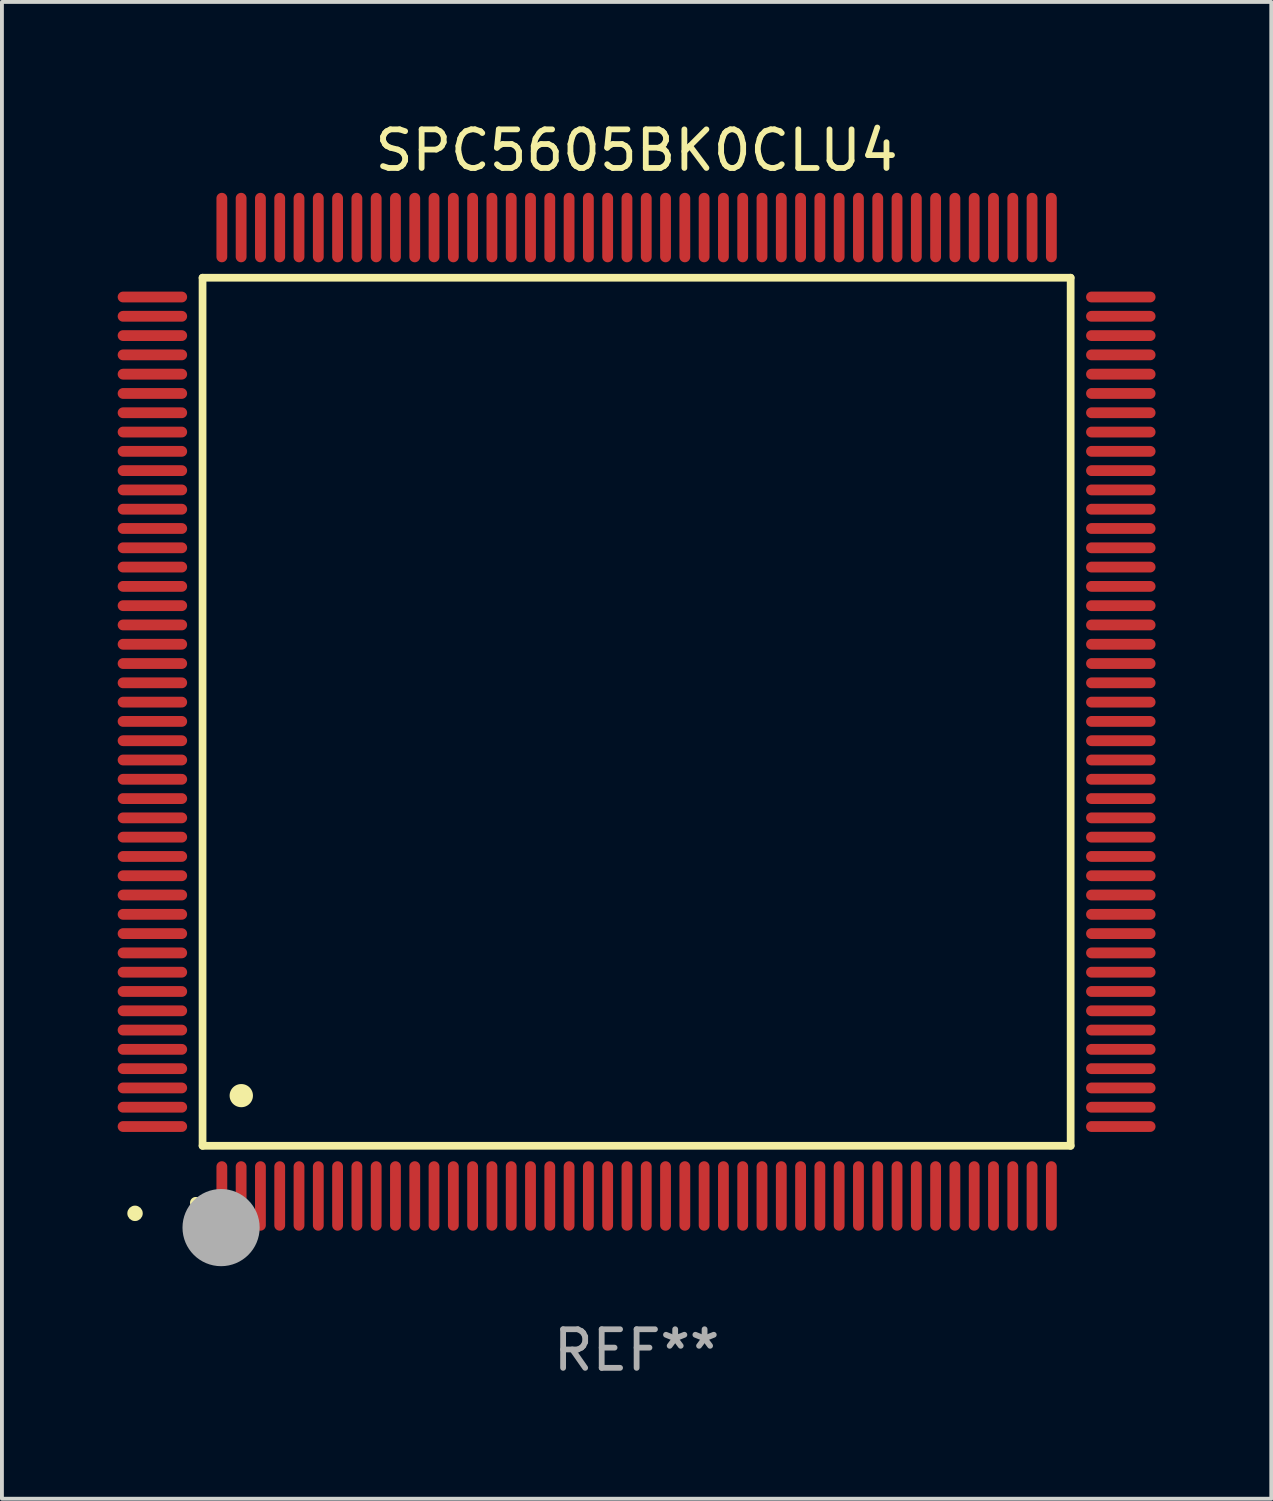
<source format=kicad_pcb>
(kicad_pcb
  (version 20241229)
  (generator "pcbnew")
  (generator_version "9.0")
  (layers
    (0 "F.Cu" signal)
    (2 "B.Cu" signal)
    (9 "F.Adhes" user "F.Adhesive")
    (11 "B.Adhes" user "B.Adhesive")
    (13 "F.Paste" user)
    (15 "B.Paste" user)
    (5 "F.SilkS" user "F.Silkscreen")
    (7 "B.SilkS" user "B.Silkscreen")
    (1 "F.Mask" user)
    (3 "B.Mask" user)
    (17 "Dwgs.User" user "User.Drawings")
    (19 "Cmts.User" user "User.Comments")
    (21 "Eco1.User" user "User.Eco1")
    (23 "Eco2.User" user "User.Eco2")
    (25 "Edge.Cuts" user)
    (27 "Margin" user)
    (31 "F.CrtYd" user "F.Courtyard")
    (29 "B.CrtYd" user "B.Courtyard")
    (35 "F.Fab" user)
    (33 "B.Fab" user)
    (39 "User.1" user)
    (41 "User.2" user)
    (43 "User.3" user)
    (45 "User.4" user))
  (footprint "SPC5605BK0CLU4"
    (layer "F.Cu")
    (at 13.45 15.398)
    (property "Reference" "SPC5605BK0CLU4" (at 0 -14.55 0) (layer "F.SilkS") (effects (font (size 1 1) (thickness 0.15))))
    (attr through_hole)
    (fp_line (start -11.25 -11.25) (end 11.25 -11.25) (stroke (width 0.2) (type solid)) (layer "F.SilkS"))
    (fp_line (start -11.25 11.25) (end -11.25 -11.25) (stroke (width 0.2) (type solid)) (layer "F.SilkS"))
    (fp_line (start 11.25 -11.25) (end 11.25 11.25) (stroke (width 0.2) (type solid)) (layer "F.SilkS"))
    (fp_line (start 11.25 11.25) (end -11.25 11.25) (stroke (width 0.2) (type solid)) (layer "F.SilkS"))
    (fp_arc (start -11.424943 12.725425) (mid -11.423673 12.72542) (end -11.422403 12.725425) (stroke (width 0.3) (type solid)) (layer "F.SilkS"))
    (fp_arc (start -10.24892 9.9492) (mid -10.24638 9.949189) (end -10.24384 9.9492) (stroke (width 0.6) (type solid)) (layer "F.SilkS"))
    (fp_circle (center -13 13) (end -12.9 13) (stroke (width 0.2) (type solid)) (fill no) (layer "F.SilkS"))
    (fp_circle (center -10.77 13.37) (end -10.27 13.37) (stroke (width 1) (type solid)) (fill no) (layer "F.Fab"))
    (fp_text user "REF**" (at 0 16.55 0) (layer "F.Fab") (effects (font (size 1 1) (thickness 0.15))))
    (pad "1" smd oval (at -10.75 12.55) (size 0.28 1.8) (layers "F.Cu" "F.Mask" "F.Paste"))
    (pad "2" smd oval (at -10.25 12.55) (size 0.28 1.8) (layers "F.Cu" "F.Mask" "F.Paste"))
    (pad "3" smd oval (at -9.75 12.55) (size 0.28 1.8) (layers "F.Cu" "F.Mask" "F.Paste"))
    (pad "4" smd oval (at -9.25 12.55) (size 0.28 1.8) (layers "F.Cu" "F.Mask" "F.Paste"))
    (pad "5" smd oval (at -8.75 12.55) (size 0.28 1.8) (layers "F.Cu" "F.Mask" "F.Paste"))
    (pad "6" smd oval (at -8.25 12.55) (size 0.28 1.8) (layers "F.Cu" "F.Mask" "F.Paste"))
    (pad "7" smd oval (at -7.75 12.55) (size 0.28 1.8) (layers "F.Cu" "F.Mask" "F.Paste"))
    (pad "8" smd oval (at -7.25 12.55) (size 0.28 1.8) (layers "F.Cu" "F.Mask" "F.Paste"))
    (pad "9" smd oval (at -6.75 12.55) (size 0.28 1.8) (layers "F.Cu" "F.Mask" "F.Paste"))
    (pad "10" smd oval (at -6.25 12.55) (size 0.28 1.8) (layers "F.Cu" "F.Mask" "F.Paste"))
    (pad "11" smd oval (at -5.75 12.55) (size 0.28 1.8) (layers "F.Cu" "F.Mask" "F.Paste"))
    (pad "12" smd oval (at -5.25 12.55) (size 0.28 1.8) (layers "F.Cu" "F.Mask" "F.Paste"))
    (pad "13" smd oval (at -4.75 12.55) (size 0.28 1.8) (layers "F.Cu" "F.Mask" "F.Paste"))
    (pad "14" smd oval (at -4.25 12.55) (size 0.28 1.8) (layers "F.Cu" "F.Mask" "F.Paste"))
    (pad "15" smd oval (at -3.75 12.55) (size 0.28 1.8) (layers "F.Cu" "F.Mask" "F.Paste"))
    (pad "16" smd oval (at -3.25 12.55) (size 0.28 1.8) (layers "F.Cu" "F.Mask" "F.Paste"))
    (pad "17" smd oval (at -2.75 12.55) (size 0.28 1.8) (layers "F.Cu" "F.Mask" "F.Paste"))
    (pad "18" smd oval (at -2.25 12.55) (size 0.28 1.8) (layers "F.Cu" "F.Mask" "F.Paste"))
    (pad "19" smd oval (at -1.75 12.55) (size 0.28 1.8) (layers "F.Cu" "F.Mask" "F.Paste"))
    (pad "20" smd oval (at -1.25 12.55) (size 0.28 1.8) (layers "F.Cu" "F.Mask" "F.Paste"))
    (pad "21" smd oval (at -0.75 12.55) (size 0.28 1.8) (layers "F.Cu" "F.Mask" "F.Paste"))
    (pad "22" smd oval (at -0.25 12.55) (size 0.28 1.8) (layers "F.Cu" "F.Mask" "F.Paste"))
    (pad "23" smd oval (at 0.25 12.55) (size 0.28 1.8) (layers "F.Cu" "F.Mask" "F.Paste"))
    (pad "24" smd oval (at 0.75 12.55) (size 0.28 1.8) (layers "F.Cu" "F.Mask" "F.Paste"))
    (pad "25" smd oval (at 1.25 12.55) (size 0.28 1.8) (layers "F.Cu" "F.Mask" "F.Paste"))
    (pad "26" smd oval (at 1.75 12.55) (size 0.28 1.8) (layers "F.Cu" "F.Mask" "F.Paste"))
    (pad "27" smd oval (at 2.25 12.55) (size 0.28 1.8) (layers "F.Cu" "F.Mask" "F.Paste"))
    (pad "28" smd oval (at 2.75 12.55) (size 0.28 1.8) (layers "F.Cu" "F.Mask" "F.Paste"))
    (pad "29" smd oval (at 3.25 12.55) (size 0.28 1.8) (layers "F.Cu" "F.Mask" "F.Paste"))
    (pad "30" smd oval (at 3.75 12.55) (size 0.28 1.8) (layers "F.Cu" "F.Mask" "F.Paste"))
    (pad "31" smd oval (at 4.25 12.55) (size 0.28 1.8) (layers "F.Cu" "F.Mask" "F.Paste"))
    (pad "32" smd oval (at 4.75 12.55) (size 0.28 1.8) (layers "F.Cu" "F.Mask" "F.Paste"))
    (pad "33" smd oval (at 5.25 12.55) (size 0.28 1.8) (layers "F.Cu" "F.Mask" "F.Paste"))
    (pad "34" smd oval (at 5.75 12.55) (size 0.28 1.8) (layers "F.Cu" "F.Mask" "F.Paste"))
    (pad "35" smd oval (at 6.25 12.55) (size 0.28 1.8) (layers "F.Cu" "F.Mask" "F.Paste"))
    (pad "36" smd oval (at 6.75 12.55) (size 0.28 1.8) (layers "F.Cu" "F.Mask" "F.Paste"))
    (pad "37" smd oval (at 7.25 12.55) (size 0.28 1.8) (layers "F.Cu" "F.Mask" "F.Paste"))
    (pad "38" smd oval (at 7.75 12.55) (size 0.28 1.8) (layers "F.Cu" "F.Mask" "F.Paste"))
    (pad "39" smd oval (at 8.25 12.55) (size 0.28 1.8) (layers "F.Cu" "F.Mask" "F.Paste"))
    (pad "40" smd oval (at 8.75 12.55) (size 0.28 1.8) (layers "F.Cu" "F.Mask" "F.Paste"))
    (pad "41" smd oval (at 9.25 12.55) (size 0.28 1.8) (layers "F.Cu" "F.Mask" "F.Paste"))
    (pad "42" smd oval (at 9.75 12.55) (size 0.28 1.8) (layers "F.Cu" "F.Mask" "F.Paste"))
    (pad "43" smd oval (at 10.25 12.55) (size 0.28 1.8) (layers "F.Cu" "F.Mask" "F.Paste"))
    (pad "44" smd oval (at 10.75 12.55) (size 0.28 1.8) (layers "F.Cu" "F.Mask" "F.Paste"))
    (pad "45" smd oval (at 12.55 10.75) (size 1.8 0.28) (layers "F.Cu" "F.Mask" "F.Paste"))
    (pad "46" smd oval (at 12.55 10.25) (size 1.8 0.28) (layers "F.Cu" "F.Mask" "F.Paste"))
    (pad "47" smd oval (at 12.55 9.75) (size 1.8 0.28) (layers "F.Cu" "F.Mask" "F.Paste"))
    (pad "48" smd oval (at 12.55 9.25) (size 1.8 0.28) (layers "F.Cu" "F.Mask" "F.Paste"))
    (pad "49" smd oval (at 12.55 8.75) (size 1.8 0.28) (layers "F.Cu" "F.Mask" "F.Paste"))
    (pad "50" smd oval (at 12.55 8.25) (size 1.8 0.28) (layers "F.Cu" "F.Mask" "F.Paste"))
    (pad "51" smd oval (at 12.55 7.75) (size 1.8 0.28) (layers "F.Cu" "F.Mask" "F.Paste"))
    (pad "52" smd oval (at 12.55 7.25) (size 1.8 0.28) (layers "F.Cu" "F.Mask" "F.Paste"))
    (pad "53" smd oval (at 12.55 6.75) (size 1.8 0.28) (layers "F.Cu" "F.Mask" "F.Paste"))
    (pad "54" smd oval (at 12.55 6.25) (size 1.8 0.28) (layers "F.Cu" "F.Mask" "F.Paste"))
    (pad "55" smd oval (at 12.55 5.75) (size 1.8 0.28) (layers "F.Cu" "F.Mask" "F.Paste"))
    (pad "56" smd oval (at 12.55 5.25) (size 1.8 0.28) (layers "F.Cu" "F.Mask" "F.Paste"))
    (pad "57" smd oval (at 12.55 4.75) (size 1.8 0.28) (layers "F.Cu" "F.Mask" "F.Paste"))
    (pad "58" smd oval (at 12.55 4.25) (size 1.8 0.28) (layers "F.Cu" "F.Mask" "F.Paste"))
    (pad "59" smd oval (at 12.55 3.75) (size 1.8 0.28) (layers "F.Cu" "F.Mask" "F.Paste"))
    (pad "60" smd oval (at 12.55 3.25) (size 1.8 0.28) (layers "F.Cu" "F.Mask" "F.Paste"))
    (pad "61" smd oval (at 12.55 2.75) (size 1.8 0.28) (layers "F.Cu" "F.Mask" "F.Paste"))
    (pad "62" smd oval (at 12.55 2.25) (size 1.8 0.28) (layers "F.Cu" "F.Mask" "F.Paste"))
    (pad "63" smd oval (at 12.55 1.75) (size 1.8 0.28) (layers "F.Cu" "F.Mask" "F.Paste"))
    (pad "64" smd oval (at 12.55 1.25) (size 1.8 0.28) (layers "F.Cu" "F.Mask" "F.Paste"))
    (pad "65" smd oval (at 12.55 0.75) (size 1.8 0.28) (layers "F.Cu" "F.Mask" "F.Paste"))
    (pad "66" smd oval (at 12.55 0.25) (size 1.8 0.28) (layers "F.Cu" "F.Mask" "F.Paste"))
    (pad "67" smd oval (at 12.55 -0.25) (size 1.8 0.28) (layers "F.Cu" "F.Mask" "F.Paste"))
    (pad "68" smd oval (at 12.55 -0.75) (size 1.8 0.28) (layers "F.Cu" "F.Mask" "F.Paste"))
    (pad "69" smd oval (at 12.55 -1.25) (size 1.8 0.28) (layers "F.Cu" "F.Mask" "F.Paste"))
    (pad "70" smd oval (at 12.55 -1.75) (size 1.8 0.28) (layers "F.Cu" "F.Mask" "F.Paste"))
    (pad "71" smd oval (at 12.55 -2.25) (size 1.8 0.28) (layers "F.Cu" "F.Mask" "F.Paste"))
    (pad "72" smd oval (at 12.55 -2.75) (size 1.8 0.28) (layers "F.Cu" "F.Mask" "F.Paste"))
    (pad "73" smd oval (at 12.55 -3.25) (size 1.8 0.28) (layers "F.Cu" "F.Mask" "F.Paste"))
    (pad "74" smd oval (at 12.55 -3.75) (size 1.8 0.28) (layers "F.Cu" "F.Mask" "F.Paste"))
    (pad "75" smd oval (at 12.55 -4.25) (size 1.8 0.28) (layers "F.Cu" "F.Mask" "F.Paste"))
    (pad "76" smd oval (at 12.55 -4.75) (size 1.8 0.28) (layers "F.Cu" "F.Mask" "F.Paste"))
    (pad "77" smd oval (at 12.55 -5.25) (size 1.8 0.28) (layers "F.Cu" "F.Mask" "F.Paste"))
    (pad "78" smd oval (at 12.55 -5.75) (size 1.8 0.28) (layers "F.Cu" "F.Mask" "F.Paste"))
    (pad "79" smd oval (at 12.55 -6.25) (size 1.8 0.28) (layers "F.Cu" "F.Mask" "F.Paste"))
    (pad "80" smd oval (at 12.55 -6.75) (size 1.8 0.28) (layers "F.Cu" "F.Mask" "F.Paste"))
    (pad "81" smd oval (at 12.55 -7.25) (size 1.8 0.28) (layers "F.Cu" "F.Mask" "F.Paste"))
    (pad "82" smd oval (at 12.55 -7.75) (size 1.8 0.28) (layers "F.Cu" "F.Mask" "F.Paste"))
    (pad "83" smd oval (at 12.55 -8.25) (size 1.8 0.28) (layers "F.Cu" "F.Mask" "F.Paste"))
    (pad "84" smd oval (at 12.55 -8.75) (size 1.8 0.28) (layers "F.Cu" "F.Mask" "F.Paste"))
    (pad "85" smd oval (at 12.55 -9.25) (size 1.8 0.28) (layers "F.Cu" "F.Mask" "F.Paste"))
    (pad "86" smd oval (at 12.55 -9.75) (size 1.8 0.28) (layers "F.Cu" "F.Mask" "F.Paste"))
    (pad "87" smd oval (at 12.55 -10.25) (size 1.8 0.28) (layers "F.Cu" "F.Mask" "F.Paste"))
    (pad "88" smd oval (at 12.55 -10.75) (size 1.8 0.28) (layers "F.Cu" "F.Mask" "F.Paste"))
    (pad "89" smd oval (at 10.75 -12.55) (size 0.28 1.8) (layers "F.Cu" "F.Mask" "F.Paste"))
    (pad "90" smd oval (at 10.25 -12.55) (size 0.28 1.8) (layers "F.Cu" "F.Mask" "F.Paste"))
    (pad "91" smd oval (at 9.75 -12.55) (size 0.28 1.8) (layers "F.Cu" "F.Mask" "F.Paste"))
    (pad "92" smd oval (at 9.25 -12.55) (size 0.28 1.8) (layers "F.Cu" "F.Mask" "F.Paste"))
    (pad "93" smd oval (at 8.75 -12.55) (size 0.28 1.8) (layers "F.Cu" "F.Mask" "F.Paste"))
    (pad "94" smd oval (at 8.25 -12.55) (size 0.28 1.8) (layers "F.Cu" "F.Mask" "F.Paste"))
    (pad "95" smd oval (at 7.75 -12.55) (size 0.28 1.8) (layers "F.Cu" "F.Mask" "F.Paste"))
    (pad "96" smd oval (at 7.25 -12.55) (size 0.28 1.8) (layers "F.Cu" "F.Mask" "F.Paste"))
    (pad "97" smd oval (at 6.75 -12.55) (size 0.28 1.8) (layers "F.Cu" "F.Mask" "F.Paste"))
    (pad "98" smd oval (at 6.25 -12.55) (size 0.28 1.8) (layers "F.Cu" "F.Mask" "F.Paste"))
    (pad "99" smd oval (at 5.75 -12.55) (size 0.28 1.8) (layers "F.Cu" "F.Mask" "F.Paste"))
    (pad "100" smd oval (at 5.25 -12.55) (size 0.28 1.8) (layers "F.Cu" "F.Mask" "F.Paste"))
    (pad "101" smd oval (at 4.75 -12.55) (size 0.28 1.8) (layers "F.Cu" "F.Mask" "F.Paste"))
    (pad "102" smd oval (at 4.25 -12.55) (size 0.28 1.8) (layers "F.Cu" "F.Mask" "F.Paste"))
    (pad "103" smd oval (at 3.75 -12.55) (size 0.28 1.8) (layers "F.Cu" "F.Mask" "F.Paste"))
    (pad "104" smd oval (at 3.25 -12.55) (size 0.28 1.8) (layers "F.Cu" "F.Mask" "F.Paste"))
    (pad "105" smd oval (at 2.75 -12.55) (size 0.28 1.8) (layers "F.Cu" "F.Mask" "F.Paste"))
    (pad "106" smd oval (at 2.25 -12.55) (size 0.28 1.8) (layers "F.Cu" "F.Mask" "F.Paste"))
    (pad "107" smd oval (at 1.75 -12.55) (size 0.28 1.8) (layers "F.Cu" "F.Mask" "F.Paste"))
    (pad "108" smd oval (at 1.25 -12.55) (size 0.28 1.8) (layers "F.Cu" "F.Mask" "F.Paste"))
    (pad "109" smd oval (at 0.75 -12.55) (size 0.28 1.8) (layers "F.Cu" "F.Mask" "F.Paste"))
    (pad "110" smd oval (at 0.25 -12.55) (size 0.28 1.8) (layers "F.Cu" "F.Mask" "F.Paste"))
    (pad "111" smd oval (at -0.25 -12.55) (size 0.28 1.8) (layers "F.Cu" "F.Mask" "F.Paste"))
    (pad "112" smd oval (at -0.75 -12.55) (size 0.28 1.8) (layers "F.Cu" "F.Mask" "F.Paste"))
    (pad "113" smd oval (at -1.25 -12.55) (size 0.28 1.8) (layers "F.Cu" "F.Mask" "F.Paste"))
    (pad "114" smd oval (at -1.75 -12.55) (size 0.28 1.8) (layers "F.Cu" "F.Mask" "F.Paste"))
    (pad "115" smd oval (at -2.25 -12.55) (size 0.28 1.8) (layers "F.Cu" "F.Mask" "F.Paste"))
    (pad "116" smd oval (at -2.75 -12.55) (size 0.28 1.8) (layers "F.Cu" "F.Mask" "F.Paste"))
    (pad "117" smd oval (at -3.25 -12.55) (size 0.28 1.8) (layers "F.Cu" "F.Mask" "F.Paste"))
    (pad "118" smd oval (at -3.75 -12.55) (size 0.28 1.8) (layers "F.Cu" "F.Mask" "F.Paste"))
    (pad "119" smd oval (at -4.25 -12.55) (size 0.28 1.8) (layers "F.Cu" "F.Mask" "F.Paste"))
    (pad "120" smd oval (at -4.75 -12.55) (size 0.28 1.8) (layers "F.Cu" "F.Mask" "F.Paste"))
    (pad "121" smd oval (at -5.25 -12.55) (size 0.28 1.8) (layers "F.Cu" "F.Mask" "F.Paste"))
    (pad "122" smd oval (at -5.75 -12.55) (size 0.28 1.8) (layers "F.Cu" "F.Mask" "F.Paste"))
    (pad "123" smd oval (at -6.25 -12.55) (size 0.28 1.8) (layers "F.Cu" "F.Mask" "F.Paste"))
    (pad "124" smd oval (at -6.75 -12.55) (size 0.28 1.8) (layers "F.Cu" "F.Mask" "F.Paste"))
    (pad "125" smd oval (at -7.25 -12.55) (size 0.28 1.8) (layers "F.Cu" "F.Mask" "F.Paste"))
    (pad "126" smd oval (at -7.75 -12.55) (size 0.28 1.8) (layers "F.Cu" "F.Mask" "F.Paste"))
    (pad "127" smd oval (at -8.25 -12.55) (size 0.28 1.8) (layers "F.Cu" "F.Mask" "F.Paste"))
    (pad "128" smd oval (at -8.75 -12.55) (size 0.28 1.8) (layers "F.Cu" "F.Mask" "F.Paste"))
    (pad "129" smd oval (at -9.25 -12.55) (size 0.28 1.8) (layers "F.Cu" "F.Mask" "F.Paste"))
    (pad "130" smd oval (at -9.75 -12.55) (size 0.28 1.8) (layers "F.Cu" "F.Mask" "F.Paste"))
    (pad "131" smd oval (at -10.25 -12.55) (size 0.28 1.8) (layers "F.Cu" "F.Mask" "F.Paste"))
    (pad "132" smd oval (at -10.75 -12.55) (size 0.28 1.8) (layers "F.Cu" "F.Mask" "F.Paste"))
    (pad "133" smd oval (at -12.55 -10.75) (size 1.8 0.28) (layers "F.Cu" "F.Mask" "F.Paste"))
    (pad "134" smd oval (at -12.55 -10.25) (size 1.8 0.28) (layers "F.Cu" "F.Mask" "F.Paste"))
    (pad "135" smd oval (at -12.55 -9.75) (size 1.8 0.28) (layers "F.Cu" "F.Mask" "F.Paste"))
    (pad "136" smd oval (at -12.55 -9.25) (size 1.8 0.28) (layers "F.Cu" "F.Mask" "F.Paste"))
    (pad "137" smd oval (at -12.55 -8.75) (size 1.8 0.28) (layers "F.Cu" "F.Mask" "F.Paste"))
    (pad "138" smd oval (at -12.55 -8.25) (size 1.8 0.28) (layers "F.Cu" "F.Mask" "F.Paste"))
    (pad "139" smd oval (at -12.55 -7.75) (size 1.8 0.28) (layers "F.Cu" "F.Mask" "F.Paste"))
    (pad "140" smd oval (at -12.55 -7.25) (size 1.8 0.28) (layers "F.Cu" "F.Mask" "F.Paste"))
    (pad "141" smd oval (at -12.55 -6.75) (size 1.8 0.28) (layers "F.Cu" "F.Mask" "F.Paste"))
    (pad "142" smd oval (at -12.55 -6.25) (size 1.8 0.28) (layers "F.Cu" "F.Mask" "F.Paste"))
    (pad "143" smd oval (at -12.55 -5.75) (size 1.8 0.28) (layers "F.Cu" "F.Mask" "F.Paste"))
    (pad "144" smd oval (at -12.55 -5.25) (size 1.8 0.28) (layers "F.Cu" "F.Mask" "F.Paste"))
    (pad "145" smd oval (at -12.55 -4.75) (size 1.8 0.28) (layers "F.Cu" "F.Mask" "F.Paste"))
    (pad "146" smd oval (at -12.55 -4.25) (size 1.8 0.28) (layers "F.Cu" "F.Mask" "F.Paste"))
    (pad "147" smd oval (at -12.55 -3.75) (size 1.8 0.28) (layers "F.Cu" "F.Mask" "F.Paste"))
    (pad "148" smd oval (at -12.55 -3.25) (size 1.8 0.28) (layers "F.Cu" "F.Mask" "F.Paste"))
    (pad "149" smd oval (at -12.55 -2.75) (size 1.8 0.28) (layers "F.Cu" "F.Mask" "F.Paste"))
    (pad "150" smd oval (at -12.55 -2.25) (size 1.8 0.28) (layers "F.Cu" "F.Mask" "F.Paste"))
    (pad "151" smd oval (at -12.55 -1.75) (size 1.8 0.28) (layers "F.Cu" "F.Mask" "F.Paste"))
    (pad "152" smd oval (at -12.55 -1.25) (size 1.8 0.28) (layers "F.Cu" "F.Mask" "F.Paste"))
    (pad "153" smd oval (at -12.55 -0.75) (size 1.8 0.28) (layers "F.Cu" "F.Mask" "F.Paste"))
    (pad "154" smd oval (at -12.55 -0.25) (size 1.8 0.28) (layers "F.Cu" "F.Mask" "F.Paste"))
    (pad "155" smd oval (at -12.55 0.25) (size 1.8 0.28) (layers "F.Cu" "F.Mask" "F.Paste"))
    (pad "156" smd oval (at -12.55 0.75) (size 1.8 0.28) (layers "F.Cu" "F.Mask" "F.Paste"))
    (pad "157" smd oval (at -12.55 1.25) (size 1.8 0.28) (layers "F.Cu" "F.Mask" "F.Paste"))
    (pad "158" smd oval (at -12.55 1.75) (size 1.8 0.28) (layers "F.Cu" "F.Mask" "F.Paste"))
    (pad "159" smd oval (at -12.55 2.25) (size 1.8 0.28) (layers "F.Cu" "F.Mask" "F.Paste"))
    (pad "160" smd oval (at -12.55 2.75) (size 1.8 0.28) (layers "F.Cu" "F.Mask" "F.Paste"))
    (pad "161" smd oval (at -12.55 3.25) (size 1.8 0.28) (layers "F.Cu" "F.Mask" "F.Paste"))
    (pad "162" smd oval (at -12.55 3.75) (size 1.8 0.28) (layers "F.Cu" "F.Mask" "F.Paste"))
    (pad "163" smd oval (at -12.55 4.25) (size 1.8 0.28) (layers "F.Cu" "F.Mask" "F.Paste"))
    (pad "164" smd oval (at -12.55 4.75) (size 1.8 0.28) (layers "F.Cu" "F.Mask" "F.Paste"))
    (pad "165" smd oval (at -12.55 5.25) (size 1.8 0.28) (layers "F.Cu" "F.Mask" "F.Paste"))
    (pad "166" smd oval (at -12.55 5.75) (size 1.8 0.28) (layers "F.Cu" "F.Mask" "F.Paste"))
    (pad "167" smd oval (at -12.55 6.25) (size 1.8 0.28) (layers "F.Cu" "F.Mask" "F.Paste"))
    (pad "168" smd oval (at -12.55 6.75) (size 1.8 0.28) (layers "F.Cu" "F.Mask" "F.Paste"))
    (pad "169" smd oval (at -12.55 7.25) (size 1.8 0.28) (layers "F.Cu" "F.Mask" "F.Paste"))
    (pad "170" smd oval (at -12.55 7.75) (size 1.8 0.28) (layers "F.Cu" "F.Mask" "F.Paste"))
    (pad "171" smd oval (at -12.55 8.25) (size 1.8 0.28) (layers "F.Cu" "F.Mask" "F.Paste"))
    (pad "172" smd oval (at -12.55 8.75) (size 1.8 0.28) (layers "F.Cu" "F.Mask" "F.Paste"))
    (pad "173" smd oval (at -12.55 9.25) (size 1.8 0.28) (layers "F.Cu" "F.Mask" "F.Paste"))
    (pad "174" smd oval (at -12.55 9.75) (size 1.8 0.28) (layers "F.Cu" "F.Mask" "F.Paste"))
    (pad "175" smd oval (at -12.55 10.25) (size 1.8 0.28) (layers "F.Cu" "F.Mask" "F.Paste"))
    (pad "176" smd oval (at -12.55 10.75) (size 1.8 0.28) (layers "F.Cu" "F.Mask" "F.Paste")))
  (gr_rect
    (start -3 -3)
    (end 29.9 35.796)
    (stroke (width 0.1) (type default))
    (fill no)
    (layer "Edge.Cuts")))
</source>
